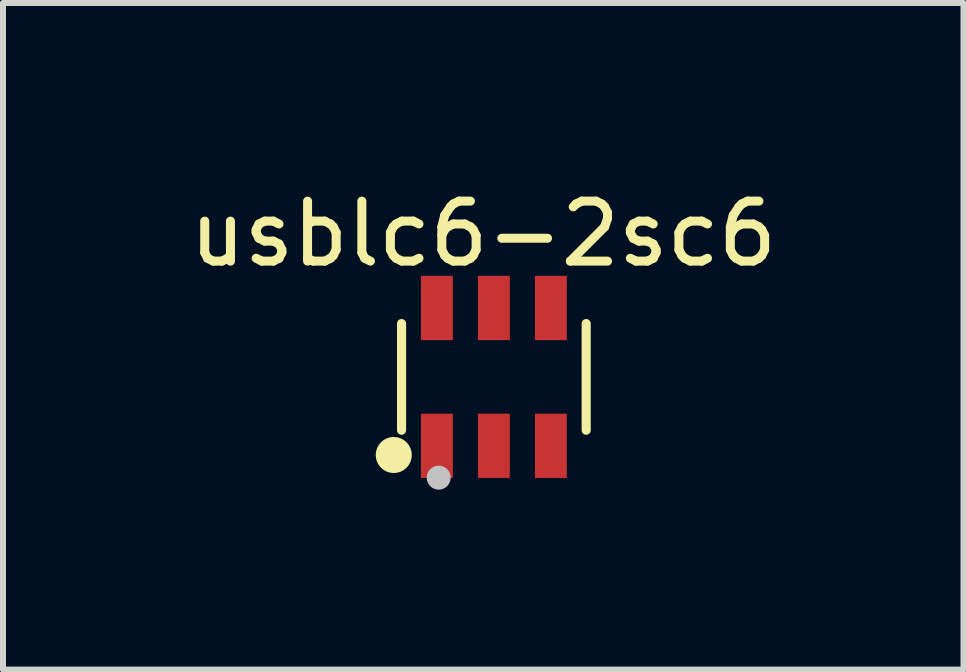
<source format=kicad_pcb>
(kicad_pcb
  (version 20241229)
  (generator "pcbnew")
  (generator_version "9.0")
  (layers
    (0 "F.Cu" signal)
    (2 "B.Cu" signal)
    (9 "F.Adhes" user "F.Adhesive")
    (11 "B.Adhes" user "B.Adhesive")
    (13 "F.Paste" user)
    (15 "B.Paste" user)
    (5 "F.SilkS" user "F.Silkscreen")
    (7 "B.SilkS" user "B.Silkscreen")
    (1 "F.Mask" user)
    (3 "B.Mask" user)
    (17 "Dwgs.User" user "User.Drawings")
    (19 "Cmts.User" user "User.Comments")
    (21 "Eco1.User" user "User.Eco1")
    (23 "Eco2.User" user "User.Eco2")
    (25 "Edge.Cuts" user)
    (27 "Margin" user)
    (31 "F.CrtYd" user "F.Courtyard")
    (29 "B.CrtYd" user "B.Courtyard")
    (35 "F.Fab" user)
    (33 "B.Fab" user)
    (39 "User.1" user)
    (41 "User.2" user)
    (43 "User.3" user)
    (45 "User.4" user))
  (footprint "usblc6-2sc6"
    (layer "F.Cu")
    (at 5.183 3.233)
    (property "Reference" "usblc6-2sc6" (at -0.177 -2.385 0) (layer "F.SilkS") (effects (font (size 1 1) (thickness 0.15))))
    (fp_line (start -1.539 0.889) (end -1.539 -0.889) (stroke (width 0.152) (type default)) (layer "F.SilkS"))
    (fp_line (start 1.539 0.889) (end 1.539 -0.889) (stroke (width 0.152) (type default)) (layer "F.SilkS"))
    (fp_circle (center -1.669 1.302) (end -1.518 1.302) (stroke (width 0.3) (type default)) (fill no) (layer "F.SilkS"))
    (fp_circle (center -0.92 1.68) (end -0.82 1.68) (stroke (width 0.2) (type default)) (fill no) (layer "Dwgs.User"))
    (fp_poly (pts (xy -1.165 -0.935) (xy -0.735 -0.935) (xy -0.735 -0.803) (xy -1.165 -0.803)) (stroke (width 0.1) (type default)) (fill no) (layer "User.1"))
    (fp_poly (pts (xy -1.165 -0.925) (xy -0.735 -0.925) (xy -0.735 -1.4) (xy -1.165 -1.4)) (stroke (width 0.1) (type default)) (fill no) (layer "User.1"))
    (fp_poly (pts (xy -1.165 0.803) (xy -0.735 0.803) (xy -0.735 0.935) (xy -1.165 0.935)) (stroke (width 0.1) (type default)) (fill no) (layer "User.1"))
    (fp_poly (pts (xy -1.165 0.925) (xy -0.735 0.925) (xy -0.735 1.4) (xy -1.165 1.4)) (stroke (width 0.1) (type default)) (fill no) (layer "User.1"))
    (fp_poly (pts (xy -0.215 -0.935) (xy 0.215 -0.935) (xy 0.215 -0.803) (xy -0.215 -0.803)) (stroke (width 0.1) (type default)) (fill no) (layer "User.1"))
    (fp_poly (pts (xy -0.215 -0.925) (xy 0.215 -0.925) (xy 0.215 -1.4) (xy -0.215 -1.4)) (stroke (width 0.1) (type default)) (fill no) (layer "User.1"))
    (fp_poly (pts (xy -0.215 0.803) (xy 0.215 0.803) (xy 0.215 0.935) (xy -0.215 0.935)) (stroke (width 0.1) (type default)) (fill no) (layer "User.1"))
    (fp_poly (pts (xy -0.215 0.925) (xy 0.215 0.925) (xy 0.215 1.4) (xy -0.215 1.4)) (stroke (width 0.1) (type default)) (fill no) (layer "User.1"))
    (fp_poly (pts (xy 0.735 -0.935) (xy 1.165 -0.935) (xy 1.165 -0.803) (xy 0.735 -0.803)) (stroke (width 0.1) (type default)) (fill no) (layer "User.1"))
    (fp_poly (pts (xy 0.735 -0.925) (xy 1.165 -0.925) (xy 1.165 -1.4) (xy 0.735 -1.4)) (stroke (width 0.1) (type default)) (fill no) (layer "User.1"))
    (fp_poly (pts (xy 0.735 0.803) (xy 1.165 0.803) (xy 1.165 0.935) (xy 0.735 0.935)) (stroke (width 0.1) (type default)) (fill no) (layer "User.1"))
    (fp_poly (pts (xy 0.735 0.925) (xy 1.165 0.925) (xy 1.165 1.4) (xy 0.735 1.4)) (stroke (width 0.1) (type default)) (fill no) (layer "User.1"))
    (fp_line (start -1.463 -0.813) (end 1.463 -0.813) (stroke (width 0.051) (type default)) (layer "User.2"))
    (fp_line (start -1.463 0.813) (end -1.463 -0.813) (stroke (width 0.051) (type default)) (layer "User.2"))
    (fp_line (start 1.463 -0.813) (end 1.463 0.813) (stroke (width 0.051) (type default)) (layer "User.2"))
    (fp_line (start 1.463 0.813) (end -1.463 0.813) (stroke (width 0.051) (type default)) (layer "User.2"))
    (fp_poly (pts (xy -1.408 1.377) (xy -1.44 1.345) (xy -1.486 1.345) (xy -1.518 1.377) (xy -1.518 1.423) (xy -1.486 1.455) (xy -1.44 1.455) (xy -1.408 1.423)) (stroke (width 0.1) (type default)) (fill no) (layer "User.3"))
    (pad "1" smd rect (at -0.95 1.149) (size 0.532 1.072) (layers "F.Cu" "F.Mask" "F.Paste"))
    (pad "2" smd rect (at 0 1.149) (size 0.532 1.072) (layers "F.Cu" "F.Mask" "F.Paste"))
    (pad "3" smd rect (at 0.95 1.149) (size 0.532 1.072) (layers "F.Cu" "F.Mask" "F.Paste"))
    (pad "4" smd rect (at 0.95 -1.149) (size 0.532 1.072) (layers "F.Cu" "F.Mask" "F.Paste"))
    (pad "5" smd rect (at 0 -1.149) (size 0.532 1.072) (layers "F.Cu" "F.Mask" "F.Paste"))
    (pad "6" smd rect (at -0.95 -1.149) (size 0.532 1.072) (layers "F.Cu" "F.Mask" "F.Paste")))
  (gr_rect
    (start -3 -3)
    (end 13.012 8.113)
    (stroke (width 0.1) (type default))
    (fill no)
    (layer "Edge.Cuts")))
</source>
